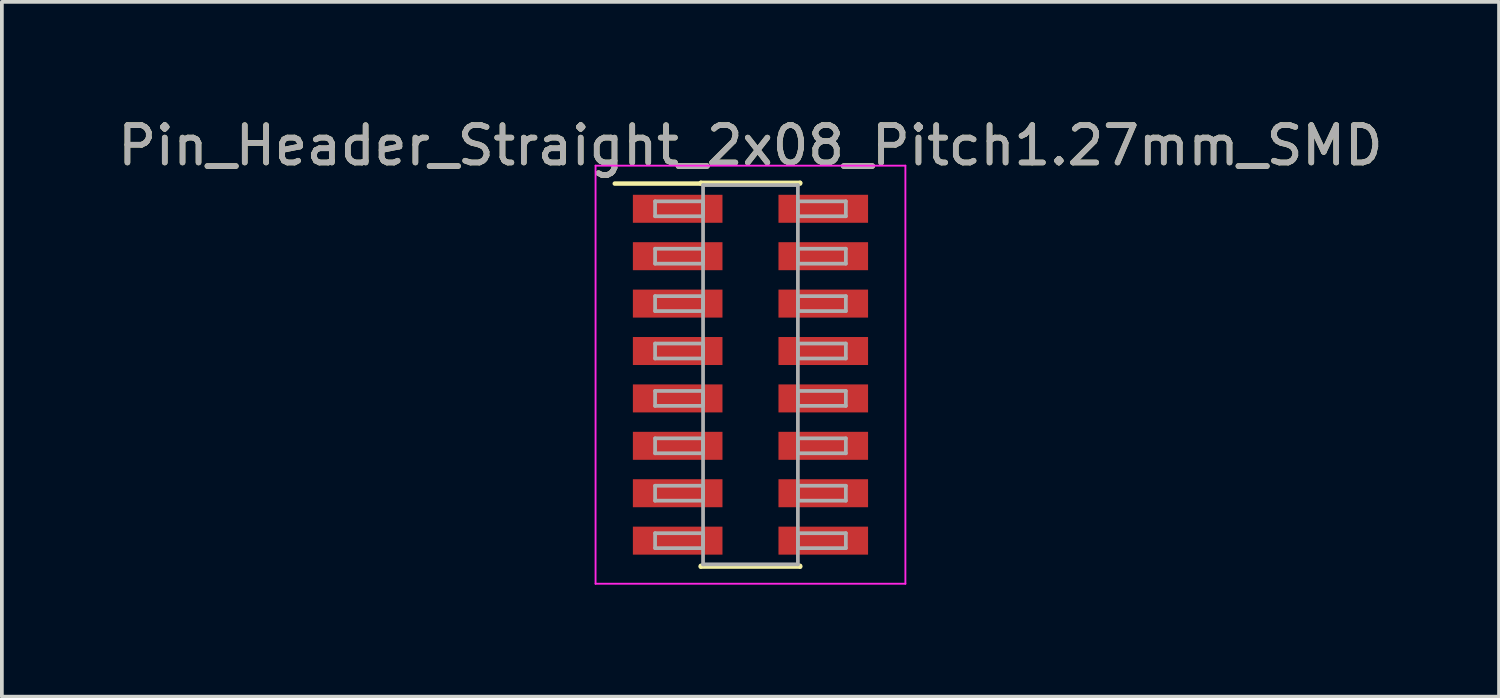
<source format=kicad_pcb>
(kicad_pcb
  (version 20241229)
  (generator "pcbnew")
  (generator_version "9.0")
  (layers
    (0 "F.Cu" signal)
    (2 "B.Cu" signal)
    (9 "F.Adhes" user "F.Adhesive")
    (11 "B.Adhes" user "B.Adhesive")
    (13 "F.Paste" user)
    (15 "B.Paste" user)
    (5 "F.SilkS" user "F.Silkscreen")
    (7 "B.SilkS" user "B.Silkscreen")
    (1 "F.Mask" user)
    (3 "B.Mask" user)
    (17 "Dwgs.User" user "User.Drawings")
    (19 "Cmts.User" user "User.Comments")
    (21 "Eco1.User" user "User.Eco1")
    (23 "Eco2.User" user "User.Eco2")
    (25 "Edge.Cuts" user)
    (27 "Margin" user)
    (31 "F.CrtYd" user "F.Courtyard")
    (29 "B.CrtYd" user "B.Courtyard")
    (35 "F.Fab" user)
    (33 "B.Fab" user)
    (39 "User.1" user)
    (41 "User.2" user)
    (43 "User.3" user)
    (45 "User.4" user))
  (footprint "Pin_Header_Straight_2x08_Pitch1.27mm_SMD"
    (layer "F.Cu")
    (at 17.054 6.988)
    (property "Reference" "Pin_Header_Straight_2x08_Pitch1.27mm_SMD" (at 0 -6.14 0) (layer "F.SilkS") (effects (font (size 1 1) (thickness 0.15))))
    (attr smd)
    (fp_line (start -3.635 -5.12) (end -1.33 -5.12) (stroke (width 0.12) (type solid)) (layer "F.SilkS"))
    (fp_line (start -1.33 -5.14) (end 1.33 -5.14) (stroke (width 0.12) (type solid)) (layer "F.SilkS"))
    (fp_line (start -1.33 -5.12) (end -1.33 -5.14) (stroke (width 0.12) (type solid)) (layer "F.SilkS"))
    (fp_line (start -1.33 5.12) (end -1.33 5.14) (stroke (width 0.12) (type solid)) (layer "F.SilkS"))
    (fp_line (start -1.33 5.14) (end 1.33 5.14) (stroke (width 0.12) (type solid)) (layer "F.SilkS"))
    (fp_line (start 1.33 -5.14) (end 1.33 -5.12) (stroke (width 0.12) (type solid)) (layer "F.SilkS"))
    (fp_line (start 1.33 5.14) (end 1.33 5.12) (stroke (width 0.12) (type solid)) (layer "F.SilkS"))
    (fp_line (start -4.15 -5.6) (end -4.15 5.6) (stroke (width 0.05) (type solid)) (layer "F.CrtYd"))
    (fp_line (start -4.15 5.6) (end 4.15 5.6) (stroke (width 0.05) (type solid)) (layer "F.CrtYd"))
    (fp_line (start 4.15 -5.6) (end -4.15 -5.6) (stroke (width 0.05) (type solid)) (layer "F.CrtYd"))
    (fp_line (start 4.15 5.6) (end 4.15 -5.6) (stroke (width 0.05) (type solid)) (layer "F.CrtYd"))
    (fp_line (start -2.555 -4.645) (end -1.27 -4.645) (stroke (width 0.1) (type solid)) (layer "F.Fab"))
    (fp_line (start -2.555 -4.245) (end -2.555 -4.645) (stroke (width 0.1) (type solid)) (layer "F.Fab"))
    (fp_line (start -2.555 -3.375) (end -1.27 -3.375) (stroke (width 0.1) (type solid)) (layer "F.Fab"))
    (fp_line (start -2.555 -2.975) (end -2.555 -3.375) (stroke (width 0.1) (type solid)) (layer "F.Fab"))
    (fp_line (start -2.555 -2.105) (end -1.27 -2.105) (stroke (width 0.1) (type solid)) (layer "F.Fab"))
    (fp_line (start -2.555 -1.705) (end -2.555 -2.105) (stroke (width 0.1) (type solid)) (layer "F.Fab"))
    (fp_line (start -2.555 -0.835) (end -1.27 -0.835) (stroke (width 0.1) (type solid)) (layer "F.Fab"))
    (fp_line (start -2.555 -0.435) (end -2.555 -0.835) (stroke (width 0.1) (type solid)) (layer "F.Fab"))
    (fp_line (start -2.555 0.435) (end -1.27 0.435) (stroke (width 0.1) (type solid)) (layer "F.Fab"))
    (fp_line (start -2.555 0.835) (end -2.555 0.435) (stroke (width 0.1) (type solid)) (layer "F.Fab"))
    (fp_line (start -2.555 1.705) (end -1.27 1.705) (stroke (width 0.1) (type solid)) (layer "F.Fab"))
    (fp_line (start -2.555 2.105) (end -2.555 1.705) (stroke (width 0.1) (type solid)) (layer "F.Fab"))
    (fp_line (start -2.555 2.975) (end -1.27 2.975) (stroke (width 0.1) (type solid)) (layer "F.Fab"))
    (fp_line (start -2.555 3.375) (end -2.555 2.975) (stroke (width 0.1) (type solid)) (layer "F.Fab"))
    (fp_line (start -2.555 4.245) (end -1.27 4.245) (stroke (width 0.1) (type solid)) (layer "F.Fab"))
    (fp_line (start -2.555 4.645) (end -2.555 4.245) (stroke (width 0.1) (type solid)) (layer "F.Fab"))
    (fp_line (start -1.27 -5.08) (end -1.27 5.08) (stroke (width 0.1) (type solid)) (layer "F.Fab"))
    (fp_line (start -1.27 -4.645) (end -1.27 -4.245) (stroke (width 0.1) (type solid)) (layer "F.Fab"))
    (fp_line (start -1.27 -4.245) (end -2.555 -4.245) (stroke (width 0.1) (type solid)) (layer "F.Fab"))
    (fp_line (start -1.27 -3.375) (end -1.27 -2.975) (stroke (width 0.1) (type solid)) (layer "F.Fab"))
    (fp_line (start -1.27 -2.975) (end -2.555 -2.975) (stroke (width 0.1) (type solid)) (layer "F.Fab"))
    (fp_line (start -1.27 -2.105) (end -1.27 -1.705) (stroke (width 0.1) (type solid)) (layer "F.Fab"))
    (fp_line (start -1.27 -1.705) (end -2.555 -1.705) (stroke (width 0.1) (type solid)) (layer "F.Fab"))
    (fp_line (start -1.27 -0.835) (end -1.27 -0.435) (stroke (width 0.1) (type solid)) (layer "F.Fab"))
    (fp_line (start -1.27 -0.435) (end -2.555 -0.435) (stroke (width 0.1) (type solid)) (layer "F.Fab"))
    (fp_line (start -1.27 0.435) (end -1.27 0.835) (stroke (width 0.1) (type solid)) (layer "F.Fab"))
    (fp_line (start -1.27 0.835) (end -2.555 0.835) (stroke (width 0.1) (type solid)) (layer "F.Fab"))
    (fp_line (start -1.27 1.705) (end -1.27 2.105) (stroke (width 0.1) (type solid)) (layer "F.Fab"))
    (fp_line (start -1.27 2.105) (end -2.555 2.105) (stroke (width 0.1) (type solid)) (layer "F.Fab"))
    (fp_line (start -1.27 2.975) (end -1.27 3.375) (stroke (width 0.1) (type solid)) (layer "F.Fab"))
    (fp_line (start -1.27 3.375) (end -2.555 3.375) (stroke (width 0.1) (type solid)) (layer "F.Fab"))
    (fp_line (start -1.27 4.245) (end -1.27 4.645) (stroke (width 0.1) (type solid)) (layer "F.Fab"))
    (fp_line (start -1.27 4.645) (end -2.555 4.645) (stroke (width 0.1) (type solid)) (layer "F.Fab"))
    (fp_line (start -1.27 5.08) (end 1.27 5.08) (stroke (width 0.1) (type solid)) (layer "F.Fab"))
    (fp_line (start 1.27 -5.08) (end -1.27 -5.08) (stroke (width 0.1) (type solid)) (layer "F.Fab"))
    (fp_line (start 1.27 -4.645) (end 1.27 -4.245) (stroke (width 0.1) (type solid)) (layer "F.Fab"))
    (fp_line (start 1.27 -4.245) (end 2.555 -4.245) (stroke (width 0.1) (type solid)) (layer "F.Fab"))
    (fp_line (start 1.27 -3.375) (end 1.27 -2.975) (stroke (width 0.1) (type solid)) (layer "F.Fab"))
    (fp_line (start 1.27 -2.975) (end 2.555 -2.975) (stroke (width 0.1) (type solid)) (layer "F.Fab"))
    (fp_line (start 1.27 -2.105) (end 1.27 -1.705) (stroke (width 0.1) (type solid)) (layer "F.Fab"))
    (fp_line (start 1.27 -1.705) (end 2.555 -1.705) (stroke (width 0.1) (type solid)) (layer "F.Fab"))
    (fp_line (start 1.27 -0.835) (end 1.27 -0.435) (stroke (width 0.1) (type solid)) (layer "F.Fab"))
    (fp_line (start 1.27 -0.435) (end 2.555 -0.435) (stroke (width 0.1) (type solid)) (layer "F.Fab"))
    (fp_line (start 1.27 0.435) (end 1.27 0.835) (stroke (width 0.1) (type solid)) (layer "F.Fab"))
    (fp_line (start 1.27 0.835) (end 2.555 0.835) (stroke (width 0.1) (type solid)) (layer "F.Fab"))
    (fp_line (start 1.27 1.705) (end 1.27 2.105) (stroke (width 0.1) (type solid)) (layer "F.Fab"))
    (fp_line (start 1.27 2.105) (end 2.555 2.105) (stroke (width 0.1) (type solid)) (layer "F.Fab"))
    (fp_line (start 1.27 2.975) (end 1.27 3.375) (stroke (width 0.1) (type solid)) (layer "F.Fab"))
    (fp_line (start 1.27 3.375) (end 2.555 3.375) (stroke (width 0.1) (type solid)) (layer "F.Fab"))
    (fp_line (start 1.27 4.245) (end 1.27 4.645) (stroke (width 0.1) (type solid)) (layer "F.Fab"))
    (fp_line (start 1.27 4.645) (end 2.555 4.645) (stroke (width 0.1) (type solid)) (layer "F.Fab"))
    (fp_line (start 1.27 5.08) (end 1.27 -5.08) (stroke (width 0.1) (type solid)) (layer "F.Fab"))
    (fp_line (start 2.555 -4.645) (end 1.27 -4.645) (stroke (width 0.1) (type solid)) (layer "F.Fab"))
    (fp_line (start 2.555 -4.245) (end 2.555 -4.645) (stroke (width 0.1) (type solid)) (layer "F.Fab"))
    (fp_line (start 2.555 -3.375) (end 1.27 -3.375) (stroke (width 0.1) (type solid)) (layer "F.Fab"))
    (fp_line (start 2.555 -2.975) (end 2.555 -3.375) (stroke (width 0.1) (type solid)) (layer "F.Fab"))
    (fp_line (start 2.555 -2.105) (end 1.27 -2.105) (stroke (width 0.1) (type solid)) (layer "F.Fab"))
    (fp_line (start 2.555 -1.705) (end 2.555 -2.105) (stroke (width 0.1) (type solid)) (layer "F.Fab"))
    (fp_line (start 2.555 -0.835) (end 1.27 -0.835) (stroke (width 0.1) (type solid)) (layer "F.Fab"))
    (fp_line (start 2.555 -0.435) (end 2.555 -0.835) (stroke (width 0.1) (type solid)) (layer "F.Fab"))
    (fp_line (start 2.555 0.435) (end 1.27 0.435) (stroke (width 0.1) (type solid)) (layer "F.Fab"))
    (fp_line (start 2.555 0.835) (end 2.555 0.435) (stroke (width 0.1) (type solid)) (layer "F.Fab"))
    (fp_line (start 2.555 1.705) (end 1.27 1.705) (stroke (width 0.1) (type solid)) (layer "F.Fab"))
    (fp_line (start 2.555 2.105) (end 2.555 1.705) (stroke (width 0.1) (type solid)) (layer "F.Fab"))
    (fp_line (start 2.555 2.975) (end 1.27 2.975) (stroke (width 0.1) (type solid)) (layer "F.Fab"))
    (fp_line (start 2.555 3.375) (end 2.555 2.975) (stroke (width 0.1) (type solid)) (layer "F.Fab"))
    (fp_line (start 2.555 4.245) (end 1.27 4.245) (stroke (width 0.1) (type solid)) (layer "F.Fab"))
    (fp_line (start 2.555 4.645) (end 2.555 4.245) (stroke (width 0.1) (type solid)) (layer "F.Fab"))
    (fp_text user "${REFERENCE}" (at 0 -6.14 0) (layer "F.Fab") (effects (font (size 1 1) (thickness 0.15))))
    (pad "1" smd rect (at -1.95 -4.445) (size 2.4 0.75) (layers "F.Cu" "F.Mask" "F.Paste"))
    (pad "2" smd rect (at 1.95 -4.445) (size 2.4 0.75) (layers "F.Cu" "F.Mask" "F.Paste"))
    (pad "3" smd rect (at -1.95 -3.175) (size 2.4 0.75) (layers "F.Cu" "F.Mask" "F.Paste"))
    (pad "4" smd rect (at 1.95 -3.175) (size 2.4 0.75) (layers "F.Cu" "F.Mask" "F.Paste"))
    (pad "5" smd rect (at -1.95 -1.905) (size 2.4 0.75) (layers "F.Cu" "F.Mask" "F.Paste"))
    (pad "6" smd rect (at 1.95 -1.905) (size 2.4 0.75) (layers "F.Cu" "F.Mask" "F.Paste"))
    (pad "7" smd rect (at -1.95 -0.635) (size 2.4 0.75) (layers "F.Cu" "F.Mask" "F.Paste"))
    (pad "8" smd rect (at 1.95 -0.635) (size 2.4 0.75) (layers "F.Cu" "F.Mask" "F.Paste"))
    (pad "9" smd rect (at -1.95 0.635) (size 2.4 0.75) (layers "F.Cu" "F.Mask" "F.Paste"))
    (pad "10" smd rect (at 1.95 0.635) (size 2.4 0.75) (layers "F.Cu" "F.Mask" "F.Paste"))
    (pad "11" smd rect (at -1.95 1.905) (size 2.4 0.75) (layers "F.Cu" "F.Mask" "F.Paste"))
    (pad "12" smd rect (at 1.95 1.905) (size 2.4 0.75) (layers "F.Cu" "F.Mask" "F.Paste"))
    (pad "13" smd rect (at -1.95 3.175) (size 2.4 0.75) (layers "F.Cu" "F.Mask" "F.Paste"))
    (pad "14" smd rect (at 1.95 3.175) (size 2.4 0.75) (layers "F.Cu" "F.Mask" "F.Paste"))
    (pad "15" smd rect (at -1.95 4.445) (size 2.4 0.75) (layers "F.Cu" "F.Mask" "F.Paste"))
    (pad "16" smd rect (at 1.95 4.445) (size 2.4 0.75) (layers "F.Cu" "F.Mask" "F.Paste")))
  (gr_rect
    (start -3 -3)
    (end 37.107 15.613)
    (stroke (width 0.1) (type default))
    (fill no)
    (layer "Edge.Cuts")))
</source>
